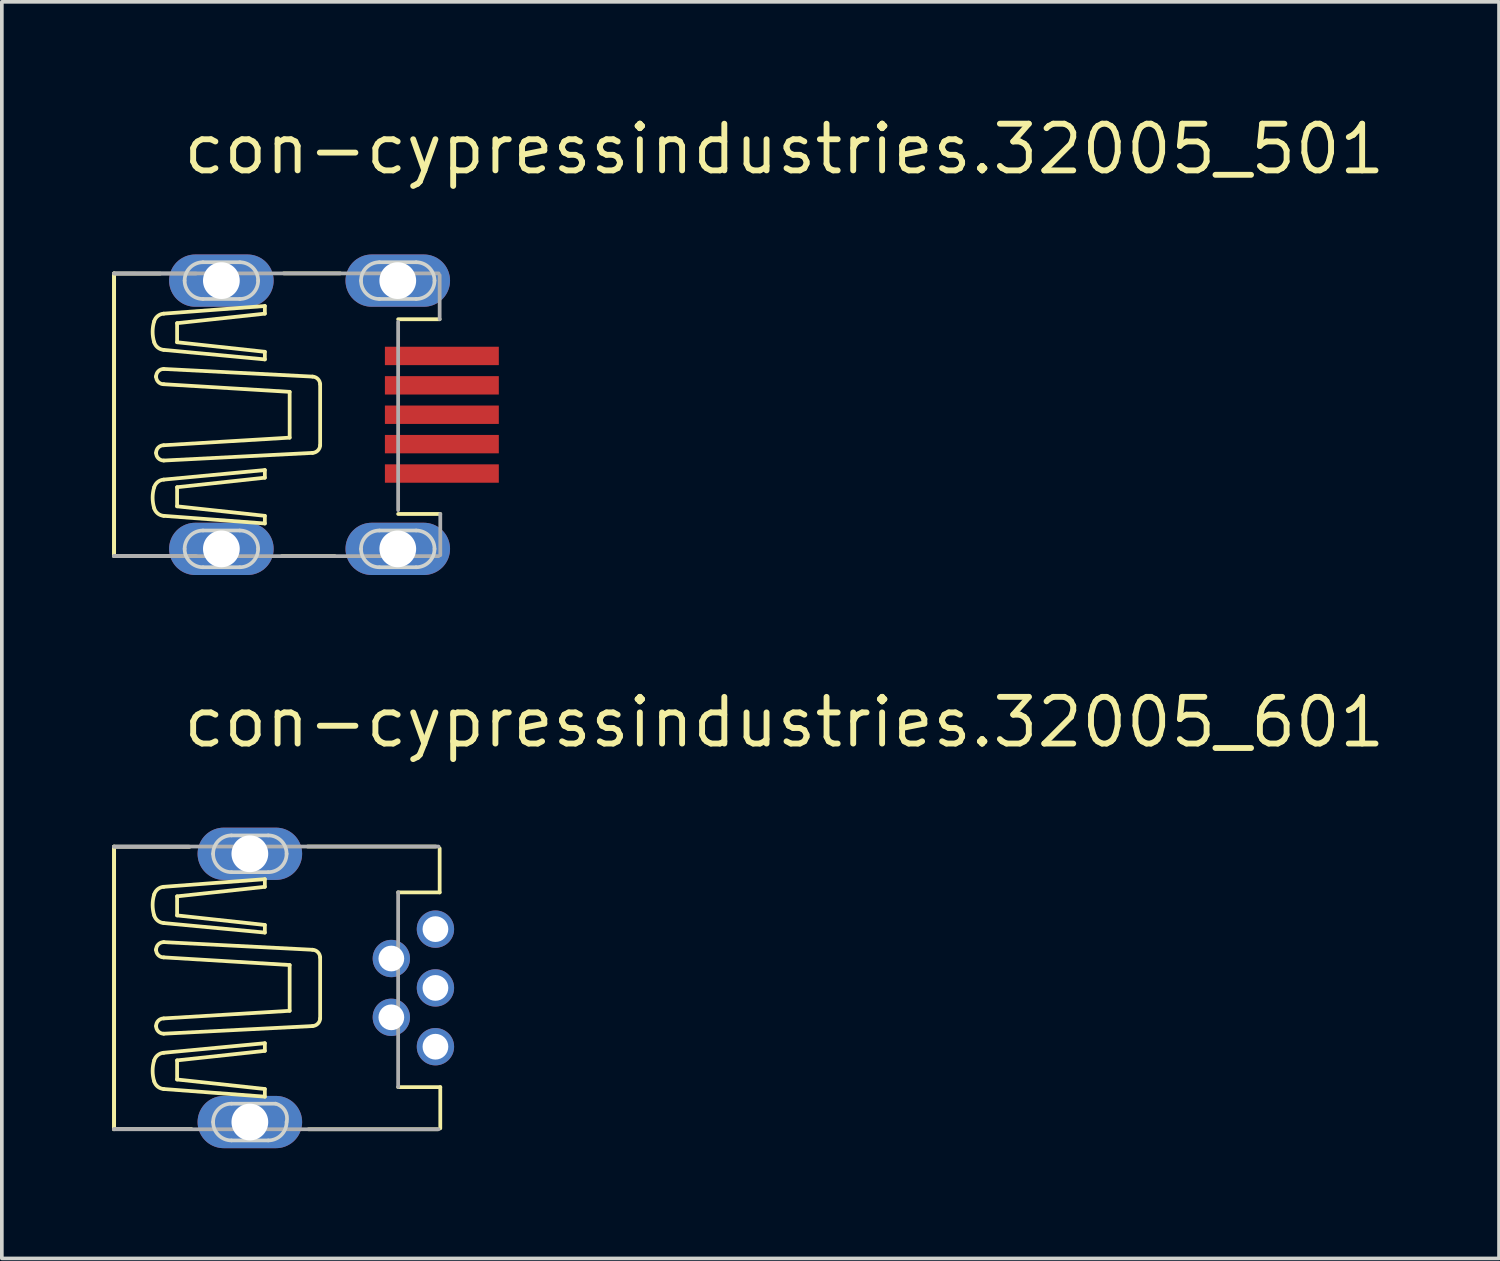
<source format=kicad_pcb>
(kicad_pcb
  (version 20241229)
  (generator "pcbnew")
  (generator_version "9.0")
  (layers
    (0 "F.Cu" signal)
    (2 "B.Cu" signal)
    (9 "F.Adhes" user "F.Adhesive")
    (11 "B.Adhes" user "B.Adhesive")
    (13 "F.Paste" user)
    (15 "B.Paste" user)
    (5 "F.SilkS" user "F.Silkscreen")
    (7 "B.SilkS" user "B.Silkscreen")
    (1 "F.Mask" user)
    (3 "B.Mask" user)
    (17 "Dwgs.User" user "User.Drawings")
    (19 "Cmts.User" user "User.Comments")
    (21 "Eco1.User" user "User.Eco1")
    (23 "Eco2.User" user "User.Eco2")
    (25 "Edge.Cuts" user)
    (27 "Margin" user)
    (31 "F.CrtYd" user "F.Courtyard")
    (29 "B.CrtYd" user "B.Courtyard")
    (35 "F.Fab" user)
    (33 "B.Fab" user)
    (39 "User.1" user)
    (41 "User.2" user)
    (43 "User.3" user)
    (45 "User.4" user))
  (footprint "con-cypressindustries.32005_601"
    (layer "F.Cu")
    (at 5.974 23.833)
    (property "Reference" "con-cypressindustries.32005_601" (at -4.115 -6.486 0) (layer "F.SilkS") (effects (font (size 1.27 1.27) (thickness 0.16)) (justify left bottom)))
    (attr through_hole)
    (fp_line (start -5.923 3.847) (end -5.923 -3.847) (stroke (width 0.102) (type default)) (layer "F.SilkS"))
    (fp_line (start -5.918 -3.842) (end -3.865 -3.841) (stroke (width 0.102) (type default)) (layer "F.SilkS"))
    (fp_line (start -5.918 3.841) (end -5.918 -3.842) (stroke (width 0.102) (type default)) (layer "F.SilkS"))
    (fp_line (start -5.918 3.841) (end -3.815 3.841) (stroke (width 0.102) (type default)) (layer "F.SilkS"))
    (fp_line (start -5.918 3.841) (end -5.918 3.841) (stroke (width 0.102) (type default)) (layer "F.SilkS"))
    (fp_line (start -4.776 -1.038) (end -4.776 -1.038) (stroke (width 0.102) (type default)) (layer "F.SilkS"))
    (fp_line (start -4.569 -1.765) (end -1.817 -1.506) (stroke (width 0.102) (type default)) (layer "F.SilkS"))
    (fp_line (start -4.569 -0.831) (end -1.142 -0.623) (stroke (width 0.102) (type default)) (layer "F.SilkS"))
    (fp_line (start -4.569 0.83) (end -1.142 0.623) (stroke (width 0.102) (type default)) (layer "F.SilkS"))
    (fp_line (start -4.569 1.765) (end -1.817 1.505) (stroke (width 0.102) (type default)) (layer "F.SilkS"))
    (fp_line (start -4.568 -1.246) (end -0.519 -1.038) (stroke (width 0.102) (type default)) (layer "F.SilkS"))
    (fp_line (start -4.568 1.246) (end -0.519 1.038) (stroke (width 0.102) (type default)) (layer "F.SilkS"))
    (fp_line (start -4.205 -2.492) (end -1.817 -2.751) (stroke (width 0.102) (type default)) (layer "F.SilkS"))
    (fp_line (start -4.205 -1.973) (end -4.205 -2.492) (stroke (width 0.102) (type default)) (layer "F.SilkS"))
    (fp_line (start -4.205 1.972) (end -4.205 2.492) (stroke (width 0.102) (type default)) (layer "F.SilkS"))
    (fp_line (start -4.205 2.492) (end -1.817 2.751) (stroke (width 0.102) (type default)) (layer "F.SilkS"))
    (fp_line (start -1.817 -2.959) (end -4.569 -2.751) (stroke (width 0.102) (type default)) (layer "F.SilkS"))
    (fp_line (start -1.817 -2.751) (end -1.817 -2.959) (stroke (width 0.102) (type default)) (layer "F.SilkS"))
    (fp_line (start -1.817 -1.713) (end -4.205 -1.973) (stroke (width 0.102) (type default)) (layer "F.SilkS"))
    (fp_line (start -1.817 -1.506) (end -1.817 -1.713) (stroke (width 0.102) (type default)) (layer "F.SilkS"))
    (fp_line (start -1.817 1.505) (end -1.817 1.713) (stroke (width 0.102) (type default)) (layer "F.SilkS"))
    (fp_line (start -1.817 1.713) (end -4.205 1.972) (stroke (width 0.102) (type default)) (layer "F.SilkS"))
    (fp_line (start -1.817 2.751) (end -1.817 2.959) (stroke (width 0.102) (type default)) (layer "F.SilkS"))
    (fp_line (start -1.817 2.959) (end -4.569 2.751) (stroke (width 0.102) (type default)) (layer "F.SilkS"))
    (fp_line (start -1.142 0.623) (end -1.142 -0.623) (stroke (width 0.102) (type default)) (layer "F.SilkS"))
    (fp_line (start -0.652 -3.847) (end 2.833 -3.847) (stroke (width 0.102) (type default)) (layer "F.SilkS"))
    (fp_line (start -0.312 0.83) (end -0.312 -0.831) (stroke (width 0.102) (type default)) (layer "F.SilkS"))
    (fp_line (start 2.884 3.847) (end -0.628 3.847) (stroke (width 0.102) (type default)) (layer "F.SilkS"))
    (fp_line (start 2.94 -3.797) (end 2.94 -2.599) (stroke (width 0.102) (type default)) (layer "F.SilkS"))
    (fp_line (start 2.94 -2.599) (end 1.81 -2.599) (stroke (width 0.102) (type default)) (layer "F.SilkS"))
    (fp_line (start 2.957 2.7) (end 1.81 2.7) (stroke (width 0.102) (type default)) (layer "F.SilkS"))
    (fp_line (start 2.957 3.822) (end 2.957 2.7) (stroke (width 0.102) (type default)) (layer "F.SilkS"))
    (fp_arc (start -4.828 -2.5438) (mid -4.730297 -2.687659) (end -4.5685 -2.7514) (stroke (width 0.1016) (type default)) (layer "F.SilkS"))
    (fp_arc (start -4.828 -1.9727) (mid -4.870802 -2.25825) (end -4.828 -2.5438) (stroke (width 0.1016) (type default)) (layer "F.SilkS"))
    (fp_arc (start -4.828 1.9725) (mid -4.730297 1.828641) (end -4.5685 1.7649) (stroke (width 0.1016) (type default)) (layer "F.SilkS"))
    (fp_arc (start -4.828 2.5436) (mid -4.870802 2.25805) (end -4.828 1.9725) (stroke (width 0.1016) (type default)) (layer "F.SilkS"))
    (fp_arc (start -4.7761 -1.0383) (mid -4.715295 -1.185095) (end -4.5685 -1.2459) (stroke (width 0.1016) (type default)) (layer "F.SilkS"))
    (fp_arc (start -4.7761 1.038) (mid -4.715295 0.891205) (end -4.5685 0.8304) (stroke (width 0.1016) (type default)) (layer "F.SilkS"))
    (fp_arc (start -4.5685 -1.7651) (mid -4.730297 -1.828841) (end -4.828 -1.9727) (stroke (width 0.1016) (type default)) (layer "F.SilkS"))
    (fp_arc (start -4.5685 -0.8306) (mid -4.715295 -0.891405) (end -4.7761 -1.0382) (stroke (width 0.1016) (type default)) (layer "F.SilkS"))
    (fp_arc (start -4.5685 1.2457) (mid -4.715295 1.184895) (end -4.7761 1.0381) (stroke (width 0.1016) (type default)) (layer "F.SilkS"))
    (fp_arc (start -4.5685 2.7512) (mid -4.730297 2.687459) (end -4.828 2.5436) (stroke (width 0.1016) (type default)) (layer "F.SilkS"))
    (fp_arc (start -0.5192 -1.0383) (mid -0.375654 -0.974177) (end -0.3116 -0.8306) (stroke (width 0.1016) (type default)) (layer "F.SilkS"))
    (fp_arc (start -0.3116 0.8304) (mid -0.37568 0.973951) (end -0.5192 1.0381) (stroke (width 0.1016) (type default)) (layer "F.SilkS"))
    (fp_line (start -2.725 -4.15) (end -1.725 -4.15) (stroke (width 0.1) (type default)) (layer "Edge.Cuts"))
    (fp_line (start -2.725 3.15) (end -1.525 3.15) (stroke (width 0.1) (type default)) (layer "Edge.Cuts"))
    (fp_line (start -1.725 -3.15) (end -2.725 -3.15) (stroke (width 0.1) (type default)) (layer "Edge.Cuts"))
    (fp_line (start -1.725 4.15) (end -2.725 4.15) (stroke (width 0.1) (type default)) (layer "Edge.Cuts"))
    (fp_arc (start -3.225 -3.65) (mid -3.078553 -4.003553) (end -2.725 -4.15) (stroke (width 0.1) (type default)) (layer "Edge.Cuts"))
    (fp_arc (start -3.225 3.65) (mid -3.078553 3.296447) (end -2.725 3.15) (stroke (width 0.1) (type default)) (layer "Edge.Cuts"))
    (fp_arc (start -2.725 -3.15) (mid -3.078553 -3.296447) (end -3.225 -3.65) (stroke (width 0.1) (type default)) (layer "Edge.Cuts"))
    (fp_arc (start -2.725 4.15) (mid -3.078553 4.003553) (end -3.225 3.65) (stroke (width 0.1) (type default)) (layer "Edge.Cuts"))
    (fp_arc (start -1.725 -4.15) (mid -1.371447 -4.003553) (end -1.225 -3.65) (stroke (width 0.1) (type default)) (layer "Edge.Cuts"))
    (fp_arc (start -1.525 3.15) (mid -1.271447 3.337868) (end -1.225 3.65) (stroke (width 0.1) (type default)) (layer "Edge.Cuts"))
    (fp_arc (start -1.225 -3.65) (mid -1.371447 -3.296447) (end -1.725 -3.15) (stroke (width 0.1) (type default)) (layer "Edge.Cuts"))
    (fp_arc (start -1.225 3.65) (mid -1.371447 4.003553) (end -1.725 4.15) (stroke (width 0.1) (type default)) (layer "Edge.Cuts"))
    (fp_line (start -5.923 -3.847) (end 2.91 -3.847) (stroke (width 0.102) (type default)) (layer "F.Fab"))
    (fp_line (start -5.918 -3.842) (end -3.888 -3.842) (stroke (width 0.102) (type default)) (layer "F.Fab"))
    (fp_line (start -5.918 3.841) (end -3.888 3.841) (stroke (width 0.102) (type default)) (layer "F.Fab"))
    (fp_line (start 1.81 -2.605) (end 1.81 2.697) (stroke (width 0.102) (type default)) (layer "F.Fab"))
    (fp_line (start 2.91 3.847) (end -5.923 3.847) (stroke (width 0.102) (type default)) (layer "F.Fab"))
    (pad "1" thru_hole circle (at 2.825 -1.6) (size 1.016 1.016) (drill 0.7) (layers "*.Cu" "*.Mask"))
    (pad "2" thru_hole circle (at 1.625 -0.8) (size 1.016 1.016) (drill 0.7) (layers "*.Cu" "*.Mask"))
    (pad "3" thru_hole circle (at 2.825 0) (size 1.016 1.016) (drill 0.7) (layers "*.Cu" "*.Mask"))
    (pad "4" thru_hole circle (at 1.625 0.8) (size 1.016 1.016) (drill 0.7) (layers "*.Cu" "*.Mask"))
    (pad "5" thru_hole circle (at 2.825 1.6) (size 1.016 1.016) (drill 0.7) (layers "*.Cu" "*.Mask"))
    (pad "M1" thru_hole oval (at -2.225 -3.65) (size 2.845 1.422) (drill 1) (layers "*.Cu" "*.Mask"))
    (pad "M2" thru_hole oval (at -2.225 3.65) (size 2.845 1.422) (drill 1) (layers "*.Cu" "*.Mask")))
  (footprint "con-cypressindustries.32005_501"
    (layer "F.Cu")
    (at 5.974 8.236)
    (property "Reference" "con-cypressindustries.32005_501" (at -4.115 -6.486 0) (layer "F.SilkS") (effects (font (size 1.27 1.27) (thickness 0.16)) (justify left bottom)))
    (attr smd)
    (fp_line (start -5.923 3.847) (end -5.923 -3.847) (stroke (width 0.102) (type default)) (layer "F.SilkS"))
    (fp_line (start -5.918 -3.842) (end -4.665 -3.841) (stroke (width 0.102) (type default)) (layer "F.SilkS"))
    (fp_line (start -5.918 3.841) (end -5.918 -3.842) (stroke (width 0.102) (type default)) (layer "F.SilkS"))
    (fp_line (start -5.918 3.841) (end -4.665 3.841) (stroke (width 0.102) (type default)) (layer "F.SilkS"))
    (fp_line (start -5.918 3.841) (end -5.918 3.841) (stroke (width 0.102) (type default)) (layer "F.SilkS"))
    (fp_line (start -4.776 -1.038) (end -4.776 -1.038) (stroke (width 0.102) (type default)) (layer "F.SilkS"))
    (fp_line (start -4.569 -1.765) (end -1.817 -1.506) (stroke (width 0.102) (type default)) (layer "F.SilkS"))
    (fp_line (start -4.569 -0.831) (end -1.142 -0.623) (stroke (width 0.102) (type default)) (layer "F.SilkS"))
    (fp_line (start -4.569 0.83) (end -1.142 0.623) (stroke (width 0.102) (type default)) (layer "F.SilkS"))
    (fp_line (start -4.569 1.765) (end -1.817 1.505) (stroke (width 0.102) (type default)) (layer "F.SilkS"))
    (fp_line (start -4.568 -1.246) (end -0.519 -1.038) (stroke (width 0.102) (type default)) (layer "F.SilkS"))
    (fp_line (start -4.568 1.246) (end -0.519 1.038) (stroke (width 0.102) (type default)) (layer "F.SilkS"))
    (fp_line (start -4.205 -2.492) (end -1.817 -2.751) (stroke (width 0.102) (type default)) (layer "F.SilkS"))
    (fp_line (start -4.205 -1.973) (end -4.205 -2.492) (stroke (width 0.102) (type default)) (layer "F.SilkS"))
    (fp_line (start -4.205 1.972) (end -4.205 2.492) (stroke (width 0.102) (type default)) (layer "F.SilkS"))
    (fp_line (start -4.205 2.492) (end -1.817 2.751) (stroke (width 0.102) (type default)) (layer "F.SilkS"))
    (fp_line (start -1.817 -2.959) (end -4.569 -2.751) (stroke (width 0.102) (type default)) (layer "F.SilkS"))
    (fp_line (start -1.817 -2.751) (end -1.817 -2.959) (stroke (width 0.102) (type default)) (layer "F.SilkS"))
    (fp_line (start -1.817 -1.713) (end -4.205 -1.973) (stroke (width 0.102) (type default)) (layer "F.SilkS"))
    (fp_line (start -1.817 -1.506) (end -1.817 -1.713) (stroke (width 0.102) (type default)) (layer "F.SilkS"))
    (fp_line (start -1.817 1.505) (end -1.817 1.713) (stroke (width 0.102) (type default)) (layer "F.SilkS"))
    (fp_line (start -1.817 1.713) (end -4.205 1.972) (stroke (width 0.102) (type default)) (layer "F.SilkS"))
    (fp_line (start -1.817 2.751) (end -1.817 2.959) (stroke (width 0.102) (type default)) (layer "F.SilkS"))
    (fp_line (start -1.817 2.959) (end -4.569 2.751) (stroke (width 0.102) (type default)) (layer "F.SilkS"))
    (fp_line (start -1.302 -3.847) (end 0.233 -3.847) (stroke (width 0.102) (type default)) (layer "F.SilkS"))
    (fp_line (start -1.142 0.623) (end -1.142 -0.623) (stroke (width 0.102) (type default)) (layer "F.SilkS"))
    (fp_line (start -0.312 0.83) (end -0.312 -0.831) (stroke (width 0.102) (type default)) (layer "F.SilkS"))
    (fp_line (start 0.084 3.847) (end -1.353 3.847) (stroke (width 0.102) (type default)) (layer "F.SilkS"))
    (fp_line (start 2.94 -2.599) (end 1.81 -2.599) (stroke (width 0.102) (type default)) (layer "F.SilkS"))
    (fp_line (start 2.957 2.7) (end 1.81 2.7) (stroke (width 0.102) (type default)) (layer "F.SilkS"))
    (fp_arc (start -4.828 -2.5438) (mid -4.730297 -2.687659) (end -4.5685 -2.7514) (stroke (width 0.1016) (type default)) (layer "F.SilkS"))
    (fp_arc (start -4.828 -1.9727) (mid -4.870802 -2.25825) (end -4.828 -2.5438) (stroke (width 0.1016) (type default)) (layer "F.SilkS"))
    (fp_arc (start -4.828 1.9725) (mid -4.730297 1.828641) (end -4.5685 1.7649) (stroke (width 0.1016) (type default)) (layer "F.SilkS"))
    (fp_arc (start -4.828 2.5436) (mid -4.870802 2.25805) (end -4.828 1.9725) (stroke (width 0.1016) (type default)) (layer "F.SilkS"))
    (fp_arc (start -4.7761 -1.0383) (mid -4.715295 -1.185095) (end -4.5685 -1.2459) (stroke (width 0.1016) (type default)) (layer "F.SilkS"))
    (fp_arc (start -4.7761 1.038) (mid -4.715295 0.891205) (end -4.5685 0.8304) (stroke (width 0.1016) (type default)) (layer "F.SilkS"))
    (fp_arc (start -4.5685 -1.7651) (mid -4.730297 -1.828841) (end -4.828 -1.9727) (stroke (width 0.1016) (type default)) (layer "F.SilkS"))
    (fp_arc (start -4.5685 -0.8306) (mid -4.715295 -0.891405) (end -4.7761 -1.0382) (stroke (width 0.1016) (type default)) (layer "F.SilkS"))
    (fp_arc (start -4.5685 1.2457) (mid -4.715295 1.184895) (end -4.7761 1.0381) (stroke (width 0.1016) (type default)) (layer "F.SilkS"))
    (fp_arc (start -4.5685 2.7512) (mid -4.730297 2.687459) (end -4.828 2.5436) (stroke (width 0.1016) (type default)) (layer "F.SilkS"))
    (fp_arc (start -0.5192 -1.0383) (mid -0.375654 -0.974177) (end -0.3116 -0.8306) (stroke (width 0.1016) (type default)) (layer "F.SilkS"))
    (fp_arc (start -0.3116 0.8304) (mid -0.37568 0.973951) (end -0.5192 1.0381) (stroke (width 0.1016) (type default)) (layer "F.SilkS"))
    (fp_line (start -3.5 -4.15) (end -2.5 -4.15) (stroke (width 0.1) (type default)) (layer "Edge.Cuts"))
    (fp_line (start -3.5 3.15) (end -2.5 3.15) (stroke (width 0.1) (type default)) (layer "Edge.Cuts"))
    (fp_line (start -2.5 -3.15) (end -3.5 -3.15) (stroke (width 0.1) (type default)) (layer "Edge.Cuts"))
    (fp_line (start -2.5 4.15) (end -3.5 4.15) (stroke (width 0.1) (type default)) (layer "Edge.Cuts"))
    (fp_line (start 1.3 -4.15) (end 2.3 -4.15) (stroke (width 0.1) (type default)) (layer "Edge.Cuts"))
    (fp_line (start 1.3 3.15) (end 2.3 3.15) (stroke (width 0.1) (type default)) (layer "Edge.Cuts"))
    (fp_line (start 2.3 -3.15) (end 1.3 -3.15) (stroke (width 0.1) (type default)) (layer "Edge.Cuts"))
    (fp_line (start 2.3 4.15) (end 1.3 4.15) (stroke (width 0.1) (type default)) (layer "Edge.Cuts"))
    (fp_arc (start -4 -3.65) (mid -3.853553 -4.003553) (end -3.5 -4.15) (stroke (width 0.1) (type default)) (layer "Edge.Cuts"))
    (fp_arc (start -4 3.65) (mid -3.853553 3.296447) (end -3.5 3.15) (stroke (width 0.1) (type default)) (layer "Edge.Cuts"))
    (fp_arc (start -3.5 -3.15) (mid -3.853553 -3.296447) (end -4 -3.65) (stroke (width 0.1) (type default)) (layer "Edge.Cuts"))
    (fp_arc (start -3.5 4.15) (mid -3.853553 4.003553) (end -4 3.65) (stroke (width 0.1) (type default)) (layer "Edge.Cuts"))
    (fp_arc (start -2.5 -4.15) (mid -2.146447 -4.003553) (end -2 -3.65) (stroke (width 0.1) (type default)) (layer "Edge.Cuts"))
    (fp_arc (start -2.5 3.15) (mid -2.146447 3.296447) (end -2 3.65) (stroke (width 0.1) (type default)) (layer "Edge.Cuts"))
    (fp_arc (start -2 -3.65) (mid -2.146447 -3.296447) (end -2.5 -3.15) (stroke (width 0.1) (type default)) (layer "Edge.Cuts"))
    (fp_arc (start -2 3.65) (mid -2.146447 4.003553) (end -2.5 4.15) (stroke (width 0.1) (type default)) (layer "Edge.Cuts"))
    (fp_arc (start 0.8 -3.65) (mid 0.946447 -4.003553) (end 1.3 -4.15) (stroke (width 0.1) (type default)) (layer "Edge.Cuts"))
    (fp_arc (start 0.8 3.65) (mid 0.946447 3.296447) (end 1.3 3.15) (stroke (width 0.1) (type default)) (layer "Edge.Cuts"))
    (fp_arc (start 1.3 -3.15) (mid 0.946447 -3.296447) (end 0.8 -3.65) (stroke (width 0.1) (type default)) (layer "Edge.Cuts"))
    (fp_arc (start 1.3 4.15) (mid 0.946447 4.003553) (end 0.8 3.65) (stroke (width 0.1) (type default)) (layer "Edge.Cuts"))
    (fp_arc (start 2.3 -4.15) (mid 2.653553 -4.003553) (end 2.8 -3.65) (stroke (width 0.1) (type default)) (layer "Edge.Cuts"))
    (fp_arc (start 2.3 3.15) (mid 2.653553 3.296447) (end 2.8 3.65) (stroke (width 0.1) (type default)) (layer "Edge.Cuts"))
    (fp_arc (start 2.8 -3.65) (mid 2.653553 -3.296447) (end 2.3 -3.15) (stroke (width 0.1) (type default)) (layer "Edge.Cuts"))
    (fp_arc (start 2.8 3.65) (mid 2.653553 4.003553) (end 2.3 4.15) (stroke (width 0.1) (type default)) (layer "Edge.Cuts"))
    (fp_line (start -5.923 -3.847) (end 2.91 -3.847) (stroke (width 0.102) (type default)) (layer "F.Fab"))
    (fp_line (start -5.918 -3.842) (end -3.688 -3.842) (stroke (width 0.102) (type default)) (layer "F.Fab"))
    (fp_line (start -5.918 3.841) (end -3.688 3.841) (stroke (width 0.102) (type default)) (layer "F.Fab"))
    (fp_line (start 1.81 -2.53) (end 1.81 2.597) (stroke (width 0.102) (type default)) (layer "F.Fab"))
    (fp_line (start 2.91 3.847) (end -5.923 3.847) (stroke (width 0.102) (type default)) (layer "F.Fab"))
    (fp_line (start 2.94 -3.797) (end 2.94 -2.599) (stroke (width 0.102) (type default)) (layer "F.Fab"))
    (fp_line (start 2.957 3.822) (end 2.957 2.7) (stroke (width 0.102) (type default)) (layer "F.Fab"))
    (pad "1" smd roundrect (at 3 -1.6) (size 3.1 0.5) (layers "F.Cu" "F.Mask" "F.Paste") (roundrect_rratio 0.01))
    (pad "2" smd roundrect (at 3 -0.8) (size 3.1 0.5) (layers "F.Cu" "F.Mask" "F.Paste") (roundrect_rratio 0.01))
    (pad "3" smd roundrect (at 3 0) (size 3.1 0.5) (layers "F.Cu" "F.Mask" "F.Paste") (roundrect_rratio 0.01))
    (pad "4" smd roundrect (at 3 0.8) (size 3.1 0.5) (layers "F.Cu" "F.Mask" "F.Paste") (roundrect_rratio 0.01))
    (pad "5" smd roundrect (at 3 1.6) (size 3.1 0.5) (layers "F.Cu" "F.Mask" "F.Paste") (roundrect_rratio 0.01))
    (pad "M1" thru_hole oval (at -3 -3.65) (size 2.845 1.422) (drill 1) (layers "*.Cu" "*.Mask"))
    (pad "M2" thru_hole oval (at -3 3.65) (size 2.845 1.422) (drill 1) (layers "*.Cu" "*.Mask"))
    (pad "M3" thru_hole oval (at 1.8 -3.65) (size 2.845 1.422) (drill 1) (layers "*.Cu" "*.Mask"))
    (pad "M4" thru_hole oval (at 1.8 3.65) (size 2.845 1.422) (drill 1) (layers "*.Cu" "*.Mask")))
  (gr_rect
    (start -3 -3)
    (end 37.741 31.194)
    (stroke (width 0.1) (type default))
    (fill no)
    (layer "Edge.Cuts")))
</source>
